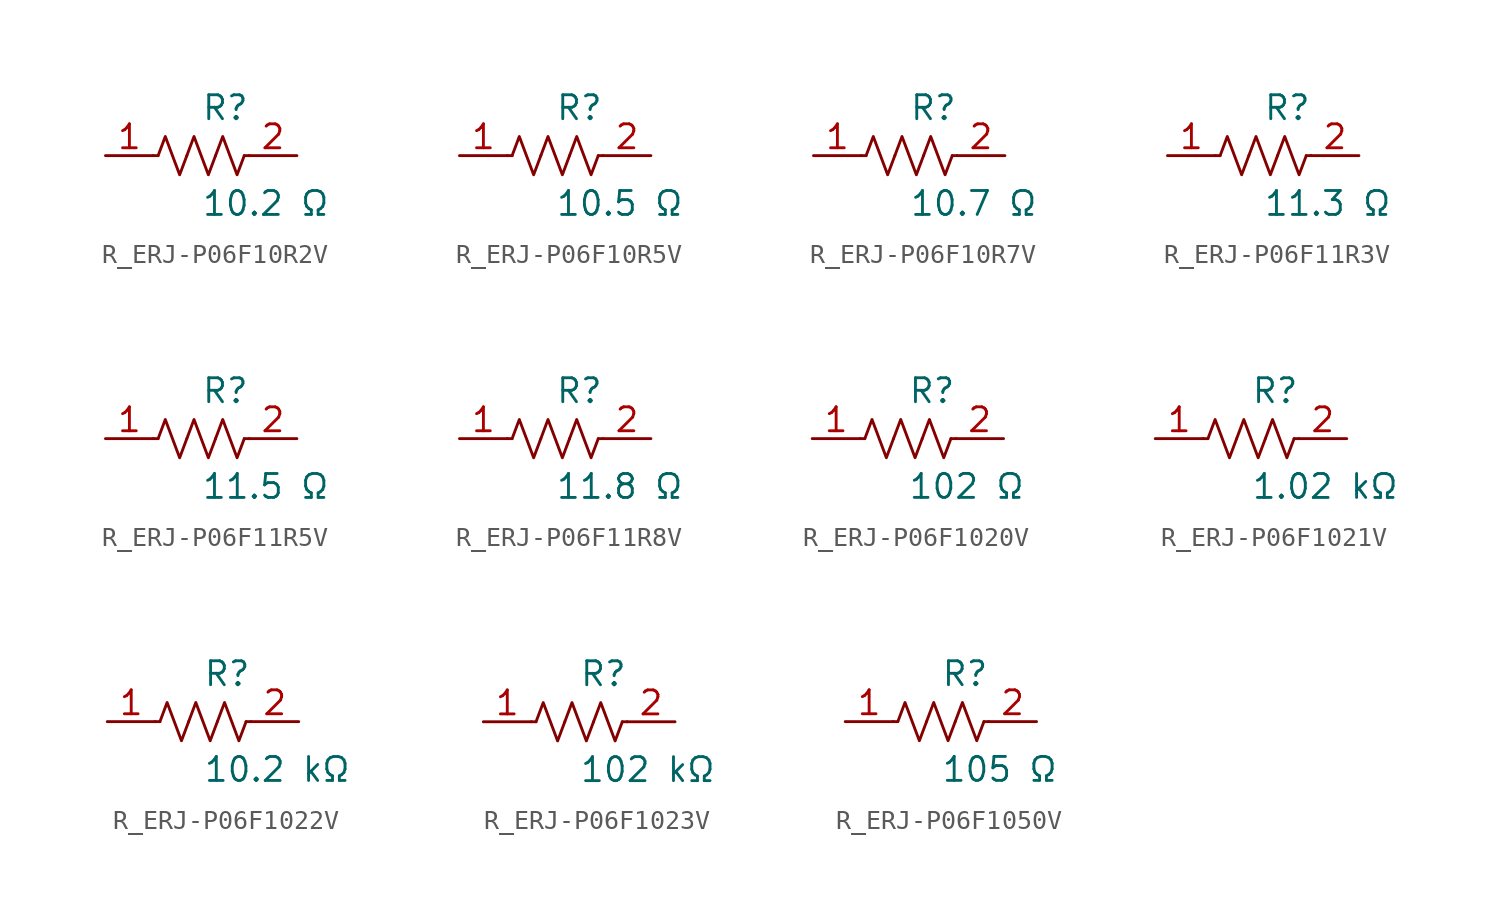
<source format=kicad_sym>
(kicad_symbol_lib
  (version 20231120)
  (generator kicad_symbol_editor)
  (generator_version 8.0)
  (symbol "R_ERJ-P06F10R2V"
    (pin_names
      (offset 0.254))
    (property "Reference" "R"
      (at 0.0 2.54 0)
      (effects (font (size 1.27 1.27)) (justify left)))
    (property "Value" "10.2 Ω"
      (at 0.0 -2.54 0)
      (effects (font (size 1.27 1.27)) (justify left)))
    (symbol "R_ERJ-P06F10R2V_0_1"
      (polyline (pts (xy 2.286 0) (xy 2.54 0)) (stroke (width 0) (type default)) (fill (type none)))
      (polyline (pts (xy -2.286 0) (xy -2.54 0)) (stroke (width 0) (type default)) (fill (type none)))
      (polyline (pts (xy 0.762 0) (xy 1.143 1.016) (xy 1.524 0) (xy 1.905 -1.016) (xy 2.286 0)) (stroke (width 0) (type default)) (fill (type none)))
      (polyline (pts (xy -0.762 0) (xy -0.381 1.016) (xy 0 0) (xy 0.381 -1.016) (xy 0.762 0)) (stroke (width 0) (type default)) (fill (type none)))
      (polyline (pts (xy -2.286 0) (xy -1.905 1.016) (xy -1.524 0) (xy -1.143 -1.016) (xy -0.762 0)) (stroke (width 0) (type default)) (fill (type none))))
    (pin unspecified line
      (at -5.08 0 0)
      (length 2.54)
      (name "" (effects (font (size 1.27 1.27))))
      (number "1" (effects (font (size 1.27 1.27)))))
    (pin unspecified line
      (at 5.08 0 180)
      (length 2.54)
      (name "" (effects (font (size 1.27 1.27))))
      (number "2" (effects (font (size 1.27 1.27))))))
  (symbol "R_ERJ-P06F10R5V"
    (pin_names
      (offset 0.254))
    (property "Reference" "R"
      (at 0.0 2.54 0)
      (effects (font (size 1.27 1.27)) (justify left)))
    (property "Value" "10.5 Ω"
      (at 0.0 -2.54 0)
      (effects (font (size 1.27 1.27)) (justify left)))
    (symbol "R_ERJ-P06F10R5V_0_1"
      (polyline (pts (xy 2.286 0) (xy 2.54 0)) (stroke (width 0) (type default)) (fill (type none)))
      (polyline (pts (xy -2.286 0) (xy -2.54 0)) (stroke (width 0) (type default)) (fill (type none)))
      (polyline (pts (xy 0.762 0) (xy 1.143 1.016) (xy 1.524 0) (xy 1.905 -1.016) (xy 2.286 0)) (stroke (width 0) (type default)) (fill (type none)))
      (polyline (pts (xy -0.762 0) (xy -0.381 1.016) (xy 0 0) (xy 0.381 -1.016) (xy 0.762 0)) (stroke (width 0) (type default)) (fill (type none)))
      (polyline (pts (xy -2.286 0) (xy -1.905 1.016) (xy -1.524 0) (xy -1.143 -1.016) (xy -0.762 0)) (stroke (width 0) (type default)) (fill (type none))))
    (pin unspecified line
      (at -5.08 0 0)
      (length 2.54)
      (name "" (effects (font (size 1.27 1.27))))
      (number "1" (effects (font (size 1.27 1.27)))))
    (pin unspecified line
      (at 5.08 0 180)
      (length 2.54)
      (name "" (effects (font (size 1.27 1.27))))
      (number "2" (effects (font (size 1.27 1.27))))))
  (symbol "R_ERJ-P06F10R7V"
    (pin_names
      (offset 0.254))
    (property "Reference" "R"
      (at 0.0 2.54 0)
      (effects (font (size 1.27 1.27)) (justify left)))
    (property "Value" "10.7 Ω"
      (at 0.0 -2.54 0)
      (effects (font (size 1.27 1.27)) (justify left)))
    (symbol "R_ERJ-P06F10R7V_0_1"
      (polyline (pts (xy 2.286 0) (xy 2.54 0)) (stroke (width 0) (type default)) (fill (type none)))
      (polyline (pts (xy -2.286 0) (xy -2.54 0)) (stroke (width 0) (type default)) (fill (type none)))
      (polyline (pts (xy 0.762 0) (xy 1.143 1.016) (xy 1.524 0) (xy 1.905 -1.016) (xy 2.286 0)) (stroke (width 0) (type default)) (fill (type none)))
      (polyline (pts (xy -0.762 0) (xy -0.381 1.016) (xy 0 0) (xy 0.381 -1.016) (xy 0.762 0)) (stroke (width 0) (type default)) (fill (type none)))
      (polyline (pts (xy -2.286 0) (xy -1.905 1.016) (xy -1.524 0) (xy -1.143 -1.016) (xy -0.762 0)) (stroke (width 0) (type default)) (fill (type none))))
    (pin unspecified line
      (at -5.08 0 0)
      (length 2.54)
      (name "" (effects (font (size 1.27 1.27))))
      (number "1" (effects (font (size 1.27 1.27)))))
    (pin unspecified line
      (at 5.08 0 180)
      (length 2.54)
      (name "" (effects (font (size 1.27 1.27))))
      (number "2" (effects (font (size 1.27 1.27))))))
  (symbol "R_ERJ-P06F11R3V"
    (pin_names
      (offset 0.254))
    (property "Reference" "R"
      (at 0.0 2.54 0)
      (effects (font (size 1.27 1.27)) (justify left)))
    (property "Value" "11.3 Ω"
      (at 0.0 -2.54 0)
      (effects (font (size 1.27 1.27)) (justify left)))
    (symbol "R_ERJ-P06F11R3V_0_1"
      (polyline (pts (xy 2.286 0) (xy 2.54 0)) (stroke (width 0) (type default)) (fill (type none)))
      (polyline (pts (xy -2.286 0) (xy -2.54 0)) (stroke (width 0) (type default)) (fill (type none)))
      (polyline (pts (xy 0.762 0) (xy 1.143 1.016) (xy 1.524 0) (xy 1.905 -1.016) (xy 2.286 0)) (stroke (width 0) (type default)) (fill (type none)))
      (polyline (pts (xy -0.762 0) (xy -0.381 1.016) (xy 0 0) (xy 0.381 -1.016) (xy 0.762 0)) (stroke (width 0) (type default)) (fill (type none)))
      (polyline (pts (xy -2.286 0) (xy -1.905 1.016) (xy -1.524 0) (xy -1.143 -1.016) (xy -0.762 0)) (stroke (width 0) (type default)) (fill (type none))))
    (pin unspecified line
      (at -5.08 0 0)
      (length 2.54)
      (name "" (effects (font (size 1.27 1.27))))
      (number "1" (effects (font (size 1.27 1.27)))))
    (pin unspecified line
      (at 5.08 0 180)
      (length 2.54)
      (name "" (effects (font (size 1.27 1.27))))
      (number "2" (effects (font (size 1.27 1.27))))))
  (symbol "R_ERJ-P06F11R5V"
    (pin_names
      (offset 0.254))
    (property "Reference" "R"
      (at 0.0 2.54 0)
      (effects (font (size 1.27 1.27)) (justify left)))
    (property "Value" "11.5 Ω"
      (at 0.0 -2.54 0)
      (effects (font (size 1.27 1.27)) (justify left)))
    (symbol "R_ERJ-P06F11R5V_0_1"
      (polyline (pts (xy 2.286 0) (xy 2.54 0)) (stroke (width 0) (type default)) (fill (type none)))
      (polyline (pts (xy -2.286 0) (xy -2.54 0)) (stroke (width 0) (type default)) (fill (type none)))
      (polyline (pts (xy 0.762 0) (xy 1.143 1.016) (xy 1.524 0) (xy 1.905 -1.016) (xy 2.286 0)) (stroke (width 0) (type default)) (fill (type none)))
      (polyline (pts (xy -0.762 0) (xy -0.381 1.016) (xy 0 0) (xy 0.381 -1.016) (xy 0.762 0)) (stroke (width 0) (type default)) (fill (type none)))
      (polyline (pts (xy -2.286 0) (xy -1.905 1.016) (xy -1.524 0) (xy -1.143 -1.016) (xy -0.762 0)) (stroke (width 0) (type default)) (fill (type none))))
    (pin unspecified line
      (at -5.08 0 0)
      (length 2.54)
      (name "" (effects (font (size 1.27 1.27))))
      (number "1" (effects (font (size 1.27 1.27)))))
    (pin unspecified line
      (at 5.08 0 180)
      (length 2.54)
      (name "" (effects (font (size 1.27 1.27))))
      (number "2" (effects (font (size 1.27 1.27))))))
  (symbol "R_ERJ-P06F11R8V"
    (pin_names
      (offset 0.254))
    (property "Reference" "R"
      (at 0.0 2.54 0)
      (effects (font (size 1.27 1.27)) (justify left)))
    (property "Value" "11.8 Ω"
      (at 0.0 -2.54 0)
      (effects (font (size 1.27 1.27)) (justify left)))
    (symbol "R_ERJ-P06F11R8V_0_1"
      (polyline (pts (xy 2.286 0) (xy 2.54 0)) (stroke (width 0) (type default)) (fill (type none)))
      (polyline (pts (xy -2.286 0) (xy -2.54 0)) (stroke (width 0) (type default)) (fill (type none)))
      (polyline (pts (xy 0.762 0) (xy 1.143 1.016) (xy 1.524 0) (xy 1.905 -1.016) (xy 2.286 0)) (stroke (width 0) (type default)) (fill (type none)))
      (polyline (pts (xy -0.762 0) (xy -0.381 1.016) (xy 0 0) (xy 0.381 -1.016) (xy 0.762 0)) (stroke (width 0) (type default)) (fill (type none)))
      (polyline (pts (xy -2.286 0) (xy -1.905 1.016) (xy -1.524 0) (xy -1.143 -1.016) (xy -0.762 0)) (stroke (width 0) (type default)) (fill (type none))))
    (pin unspecified line
      (at -5.08 0 0)
      (length 2.54)
      (name "" (effects (font (size 1.27 1.27))))
      (number "1" (effects (font (size 1.27 1.27)))))
    (pin unspecified line
      (at 5.08 0 180)
      (length 2.54)
      (name "" (effects (font (size 1.27 1.27))))
      (number "2" (effects (font (size 1.27 1.27))))))
  (symbol "R_ERJ-P06F1020V"
    (pin_names
      (offset 0.254))
    (property "Reference" "R"
      (at 0.0 2.54 0)
      (effects (font (size 1.27 1.27)) (justify left)))
    (property "Value" "102 Ω"
      (at 0.0 -2.54 0)
      (effects (font (size 1.27 1.27)) (justify left)))
    (symbol "R_ERJ-P06F1020V_0_1"
      (polyline (pts (xy 2.286 0) (xy 2.54 0)) (stroke (width 0) (type default)) (fill (type none)))
      (polyline (pts (xy -2.286 0) (xy -2.54 0)) (stroke (width 0) (type default)) (fill (type none)))
      (polyline (pts (xy 0.762 0) (xy 1.143 1.016) (xy 1.524 0) (xy 1.905 -1.016) (xy 2.286 0)) (stroke (width 0) (type default)) (fill (type none)))
      (polyline (pts (xy -0.762 0) (xy -0.381 1.016) (xy 0 0) (xy 0.381 -1.016) (xy 0.762 0)) (stroke (width 0) (type default)) (fill (type none)))
      (polyline (pts (xy -2.286 0) (xy -1.905 1.016) (xy -1.524 0) (xy -1.143 -1.016) (xy -0.762 0)) (stroke (width 0) (type default)) (fill (type none))))
    (pin unspecified line
      (at -5.08 0 0)
      (length 2.54)
      (name "" (effects (font (size 1.27 1.27))))
      (number "1" (effects (font (size 1.27 1.27)))))
    (pin unspecified line
      (at 5.08 0 180)
      (length 2.54)
      (name "" (effects (font (size 1.27 1.27))))
      (number "2" (effects (font (size 1.27 1.27))))))
  (symbol "R_ERJ-P06F1021V"
    (pin_names
      (offset 0.254))
    (property "Reference" "R"
      (at 0.0 2.54 0)
      (effects (font (size 1.27 1.27)) (justify left)))
    (property "Value" "1.02 kΩ"
      (at 0.0 -2.54 0)
      (effects (font (size 1.27 1.27)) (justify left)))
    (symbol "R_ERJ-P06F1021V_0_1"
      (polyline (pts (xy 2.286 0) (xy 2.54 0)) (stroke (width 0) (type default)) (fill (type none)))
      (polyline (pts (xy -2.286 0) (xy -2.54 0)) (stroke (width 0) (type default)) (fill (type none)))
      (polyline (pts (xy 0.762 0) (xy 1.143 1.016) (xy 1.524 0) (xy 1.905 -1.016) (xy 2.286 0)) (stroke (width 0) (type default)) (fill (type none)))
      (polyline (pts (xy -0.762 0) (xy -0.381 1.016) (xy 0 0) (xy 0.381 -1.016) (xy 0.762 0)) (stroke (width 0) (type default)) (fill (type none)))
      (polyline (pts (xy -2.286 0) (xy -1.905 1.016) (xy -1.524 0) (xy -1.143 -1.016) (xy -0.762 0)) (stroke (width 0) (type default)) (fill (type none))))
    (pin unspecified line
      (at -5.08 0 0)
      (length 2.54)
      (name "" (effects (font (size 1.27 1.27))))
      (number "1" (effects (font (size 1.27 1.27)))))
    (pin unspecified line
      (at 5.08 0 180)
      (length 2.54)
      (name "" (effects (font (size 1.27 1.27))))
      (number "2" (effects (font (size 1.27 1.27))))))
  (symbol "R_ERJ-P06F1022V"
    (pin_names
      (offset 0.254))
    (property "Reference" "R"
      (at 0.0 2.54 0)
      (effects (font (size 1.27 1.27)) (justify left)))
    (property "Value" "10.2 kΩ"
      (at 0.0 -2.54 0)
      (effects (font (size 1.27 1.27)) (justify left)))
    (symbol "R_ERJ-P06F1022V_0_1"
      (polyline (pts (xy 2.286 0) (xy 2.54 0)) (stroke (width 0) (type default)) (fill (type none)))
      (polyline (pts (xy -2.286 0) (xy -2.54 0)) (stroke (width 0) (type default)) (fill (type none)))
      (polyline (pts (xy 0.762 0) (xy 1.143 1.016) (xy 1.524 0) (xy 1.905 -1.016) (xy 2.286 0)) (stroke (width 0) (type default)) (fill (type none)))
      (polyline (pts (xy -0.762 0) (xy -0.381 1.016) (xy 0 0) (xy 0.381 -1.016) (xy 0.762 0)) (stroke (width 0) (type default)) (fill (type none)))
      (polyline (pts (xy -2.286 0) (xy -1.905 1.016) (xy -1.524 0) (xy -1.143 -1.016) (xy -0.762 0)) (stroke (width 0) (type default)) (fill (type none))))
    (pin unspecified line
      (at -5.08 0 0)
      (length 2.54)
      (name "" (effects (font (size 1.27 1.27))))
      (number "1" (effects (font (size 1.27 1.27)))))
    (pin unspecified line
      (at 5.08 0 180)
      (length 2.54)
      (name "" (effects (font (size 1.27 1.27))))
      (number "2" (effects (font (size 1.27 1.27))))))
  (symbol "R_ERJ-P06F1023V"
    (pin_names
      (offset 0.254))
    (property "Reference" "R"
      (at 0.0 2.54 0)
      (effects (font (size 1.27 1.27)) (justify left)))
    (property "Value" "102 kΩ"
      (at 0.0 -2.54 0)
      (effects (font (size 1.27 1.27)) (justify left)))
    (symbol "R_ERJ-P06F1023V_0_1"
      (polyline (pts (xy 2.286 0) (xy 2.54 0)) (stroke (width 0) (type default)) (fill (type none)))
      (polyline (pts (xy -2.286 0) (xy -2.54 0)) (stroke (width 0) (type default)) (fill (type none)))
      (polyline (pts (xy 0.762 0) (xy 1.143 1.016) (xy 1.524 0) (xy 1.905 -1.016) (xy 2.286 0)) (stroke (width 0) (type default)) (fill (type none)))
      (polyline (pts (xy -0.762 0) (xy -0.381 1.016) (xy 0 0) (xy 0.381 -1.016) (xy 0.762 0)) (stroke (width 0) (type default)) (fill (type none)))
      (polyline (pts (xy -2.286 0) (xy -1.905 1.016) (xy -1.524 0) (xy -1.143 -1.016) (xy -0.762 0)) (stroke (width 0) (type default)) (fill (type none))))
    (pin unspecified line
      (at -5.08 0 0)
      (length 2.54)
      (name "" (effects (font (size 1.27 1.27))))
      (number "1" (effects (font (size 1.27 1.27)))))
    (pin unspecified line
      (at 5.08 0 180)
      (length 2.54)
      (name "" (effects (font (size 1.27 1.27))))
      (number "2" (effects (font (size 1.27 1.27))))))
  (symbol "R_ERJ-P06F1050V"
    (pin_names
      (offset 0.254))
    (property "Reference" "R"
      (at 0.0 2.54 0)
      (effects (font (size 1.27 1.27)) (justify left)))
    (property "Value" "105 Ω"
      (at 0.0 -2.54 0)
      (effects (font (size 1.27 1.27)) (justify left)))
    (symbol "R_ERJ-P06F1050V_0_1"
      (polyline (pts (xy 2.286 0) (xy 2.54 0)) (stroke (width 0) (type default)) (fill (type none)))
      (polyline (pts (xy -2.286 0) (xy -2.54 0)) (stroke (width 0) (type default)) (fill (type none)))
      (polyline (pts (xy 0.762 0) (xy 1.143 1.016) (xy 1.524 0) (xy 1.905 -1.016) (xy 2.286 0)) (stroke (width 0) (type default)) (fill (type none)))
      (polyline (pts (xy -0.762 0) (xy -0.381 1.016) (xy 0 0) (xy 0.381 -1.016) (xy 0.762 0)) (stroke (width 0) (type default)) (fill (type none)))
      (polyline (pts (xy -2.286 0) (xy -1.905 1.016) (xy -1.524 0) (xy -1.143 -1.016) (xy -0.762 0)) (stroke (width 0) (type default)) (fill (type none))))
    (pin unspecified line
      (at -5.08 0 0)
      (length 2.54)
      (name "" (effects (font (size 1.27 1.27))))
      (number "1" (effects (font (size 1.27 1.27)))))
    (pin unspecified line
      (at 5.08 0 180)
      (length 2.54)
      (name "" (effects (font (size 1.27 1.27))))
      (number "2" (effects (font (size 1.27 1.27)))))))
</source>
